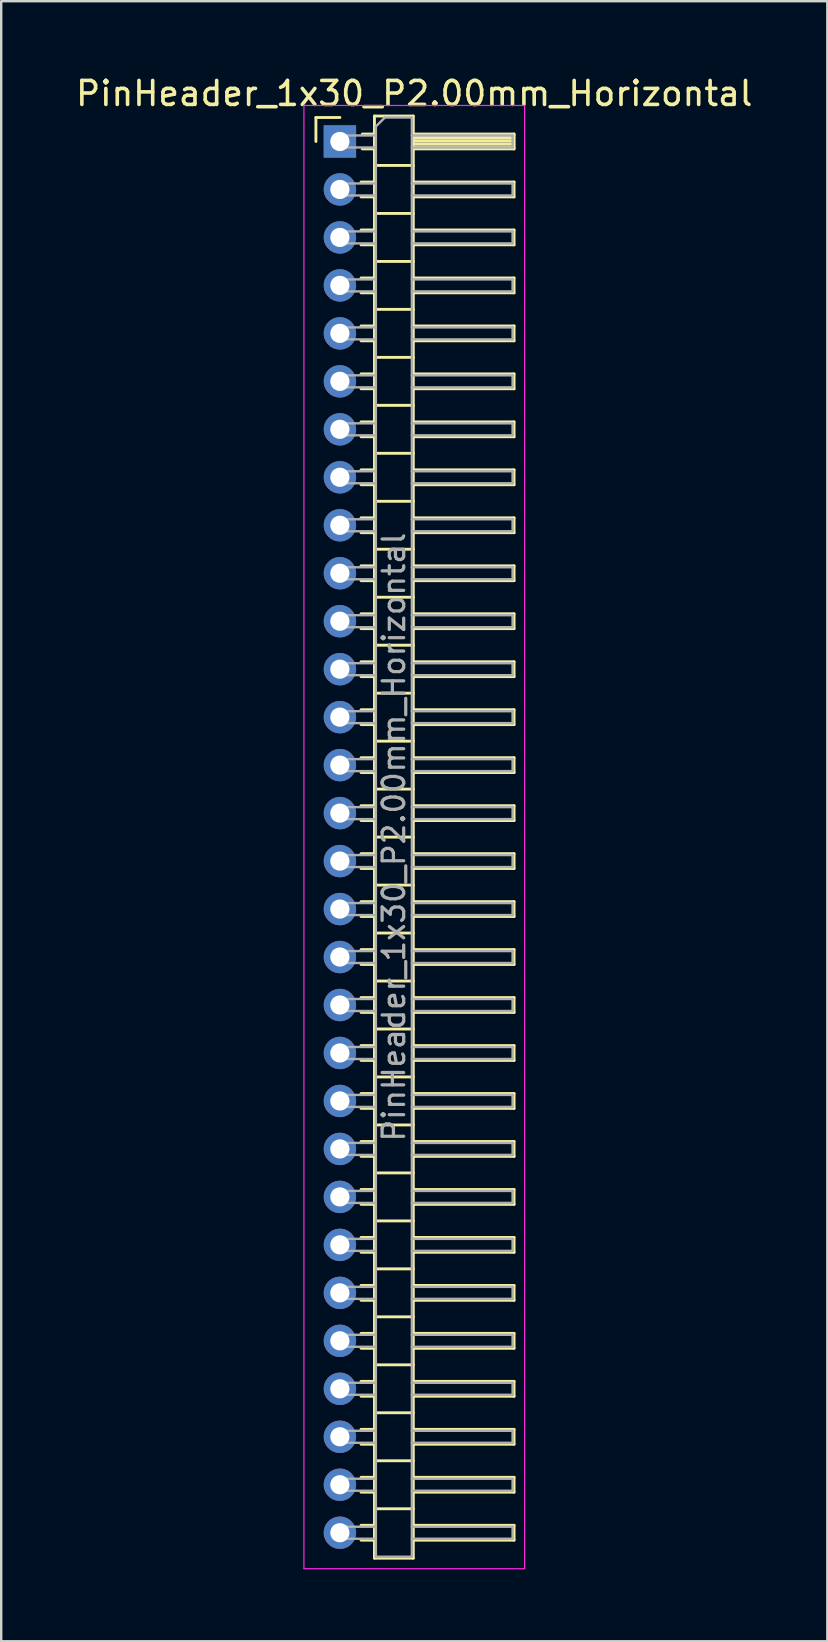
<source format=kicad_pcb>
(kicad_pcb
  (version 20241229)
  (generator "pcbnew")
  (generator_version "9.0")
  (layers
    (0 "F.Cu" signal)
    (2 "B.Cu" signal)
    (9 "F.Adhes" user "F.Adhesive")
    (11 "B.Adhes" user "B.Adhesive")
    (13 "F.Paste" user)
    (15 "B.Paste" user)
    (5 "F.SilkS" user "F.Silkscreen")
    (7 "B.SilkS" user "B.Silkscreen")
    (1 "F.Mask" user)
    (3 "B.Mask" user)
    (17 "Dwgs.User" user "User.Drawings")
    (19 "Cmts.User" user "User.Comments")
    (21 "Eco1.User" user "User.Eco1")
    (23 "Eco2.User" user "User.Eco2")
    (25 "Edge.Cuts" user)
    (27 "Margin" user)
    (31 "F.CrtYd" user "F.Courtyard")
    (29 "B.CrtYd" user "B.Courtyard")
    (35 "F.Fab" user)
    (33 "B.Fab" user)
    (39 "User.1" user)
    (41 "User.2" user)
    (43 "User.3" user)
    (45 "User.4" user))
  (footprint "PinHeader_1x30_P2.00mm_Horizontal"
    (layer "F.Cu")
    (at 11.12 2.848)
    (property "Reference" "PinHeader_1x30_P2.00mm_Horizontal" (at 3.1 -2 0) (layer "F.SilkS") (effects (font (size 1 1) (thickness 0.15))))
    (attr through_hole)
    (fp_line (start -1 -1) (end 0 -1) (stroke (width 0.12) (type solid)) (layer "F.SilkS"))
    (fp_line (start -1 0) (end -1 -1) (stroke (width 0.12) (type solid)) (layer "F.SilkS"))
    (fp_line (start 0.882 1.69) (end 1.44 1.69) (stroke (width 0.12) (type solid)) (layer "F.SilkS"))
    (fp_line (start 0.882 2.31) (end 1.44 2.31) (stroke (width 0.12) (type solid)) (layer "F.SilkS"))
    (fp_line (start 0.882 3.69) (end 1.44 3.69) (stroke (width 0.12) (type solid)) (layer "F.SilkS"))
    (fp_line (start 0.882 4.31) (end 1.44 4.31) (stroke (width 0.12) (type solid)) (layer "F.SilkS"))
    (fp_line (start 0.882 5.69) (end 1.44 5.69) (stroke (width 0.12) (type solid)) (layer "F.SilkS"))
    (fp_line (start 0.882 6.31) (end 1.44 6.31) (stroke (width 0.12) (type solid)) (layer "F.SilkS"))
    (fp_line (start 0.882 7.69) (end 1.44 7.69) (stroke (width 0.12) (type solid)) (layer "F.SilkS"))
    (fp_line (start 0.882 8.31) (end 1.44 8.31) (stroke (width 0.12) (type solid)) (layer "F.SilkS"))
    (fp_line (start 0.882 9.69) (end 1.44 9.69) (stroke (width 0.12) (type solid)) (layer "F.SilkS"))
    (fp_line (start 0.882 10.31) (end 1.44 10.31) (stroke (width 0.12) (type solid)) (layer "F.SilkS"))
    (fp_line (start 0.882 11.69) (end 1.44 11.69) (stroke (width 0.12) (type solid)) (layer "F.SilkS"))
    (fp_line (start 0.882 12.31) (end 1.44 12.31) (stroke (width 0.12) (type solid)) (layer "F.SilkS"))
    (fp_line (start 0.882 13.69) (end 1.44 13.69) (stroke (width 0.12) (type solid)) (layer "F.SilkS"))
    (fp_line (start 0.882 14.31) (end 1.44 14.31) (stroke (width 0.12) (type solid)) (layer "F.SilkS"))
    (fp_line (start 0.882 15.69) (end 1.44 15.69) (stroke (width 0.12) (type solid)) (layer "F.SilkS"))
    (fp_line (start 0.882 16.31) (end 1.44 16.31) (stroke (width 0.12) (type solid)) (layer "F.SilkS"))
    (fp_line (start 0.882 17.69) (end 1.44 17.69) (stroke (width 0.12) (type solid)) (layer "F.SilkS"))
    (fp_line (start 0.882 18.31) (end 1.44 18.31) (stroke (width 0.12) (type solid)) (layer "F.SilkS"))
    (fp_line (start 0.882 19.69) (end 1.44 19.69) (stroke (width 0.12) (type solid)) (layer "F.SilkS"))
    (fp_line (start 0.882 20.31) (end 1.44 20.31) (stroke (width 0.12) (type solid)) (layer "F.SilkS"))
    (fp_line (start 0.882 21.69) (end 1.44 21.69) (stroke (width 0.12) (type solid)) (layer "F.SilkS"))
    (fp_line (start 0.882 22.31) (end 1.44 22.31) (stroke (width 0.12) (type solid)) (layer "F.SilkS"))
    (fp_line (start 0.882 23.69) (end 1.44 23.69) (stroke (width 0.12) (type solid)) (layer "F.SilkS"))
    (fp_line (start 0.882 24.31) (end 1.44 24.31) (stroke (width 0.12) (type solid)) (layer "F.SilkS"))
    (fp_line (start 0.882 25.69) (end 1.44 25.69) (stroke (width 0.12) (type solid)) (layer "F.SilkS"))
    (fp_line (start 0.882 26.31) (end 1.44 26.31) (stroke (width 0.12) (type solid)) (layer "F.SilkS"))
    (fp_line (start 0.882 27.69) (end 1.44 27.69) (stroke (width 0.12) (type solid)) (layer "F.SilkS"))
    (fp_line (start 0.882 28.31) (end 1.44 28.31) (stroke (width 0.12) (type solid)) (layer "F.SilkS"))
    (fp_line (start 0.882 29.69) (end 1.44 29.69) (stroke (width 0.12) (type solid)) (layer "F.SilkS"))
    (fp_line (start 0.882 30.31) (end 1.44 30.31) (stroke (width 0.12) (type solid)) (layer "F.SilkS"))
    (fp_line (start 0.882 31.69) (end 1.44 31.69) (stroke (width 0.12) (type solid)) (layer "F.SilkS"))
    (fp_line (start 0.882 32.31) (end 1.44 32.31) (stroke (width 0.12) (type solid)) (layer "F.SilkS"))
    (fp_line (start 0.882 33.69) (end 1.44 33.69) (stroke (width 0.12) (type solid)) (layer "F.SilkS"))
    (fp_line (start 0.882 34.31) (end 1.44 34.31) (stroke (width 0.12) (type solid)) (layer "F.SilkS"))
    (fp_line (start 0.882 35.69) (end 1.44 35.69) (stroke (width 0.12) (type solid)) (layer "F.SilkS"))
    (fp_line (start 0.882 36.31) (end 1.44 36.31) (stroke (width 0.12) (type solid)) (layer "F.SilkS"))
    (fp_line (start 0.882 37.69) (end 1.44 37.69) (stroke (width 0.12) (type solid)) (layer "F.SilkS"))
    (fp_line (start 0.882 38.31) (end 1.44 38.31) (stroke (width 0.12) (type solid)) (layer "F.SilkS"))
    (fp_line (start 0.882 39.69) (end 1.44 39.69) (stroke (width 0.12) (type solid)) (layer "F.SilkS"))
    (fp_line (start 0.882 40.31) (end 1.44 40.31) (stroke (width 0.12) (type solid)) (layer "F.SilkS"))
    (fp_line (start 0.882 41.69) (end 1.44 41.69) (stroke (width 0.12) (type solid)) (layer "F.SilkS"))
    (fp_line (start 0.882 42.31) (end 1.44 42.31) (stroke (width 0.12) (type solid)) (layer "F.SilkS"))
    (fp_line (start 0.882 43.69) (end 1.44 43.69) (stroke (width 0.12) (type solid)) (layer "F.SilkS"))
    (fp_line (start 0.882 44.31) (end 1.44 44.31) (stroke (width 0.12) (type solid)) (layer "F.SilkS"))
    (fp_line (start 0.882 45.69) (end 1.44 45.69) (stroke (width 0.12) (type solid)) (layer "F.SilkS"))
    (fp_line (start 0.882 46.31) (end 1.44 46.31) (stroke (width 0.12) (type solid)) (layer "F.SilkS"))
    (fp_line (start 0.882 47.69) (end 1.44 47.69) (stroke (width 0.12) (type solid)) (layer "F.SilkS"))
    (fp_line (start 0.882 48.31) (end 1.44 48.31) (stroke (width 0.12) (type solid)) (layer "F.SilkS"))
    (fp_line (start 0.882 49.69) (end 1.44 49.69) (stroke (width 0.12) (type solid)) (layer "F.SilkS"))
    (fp_line (start 0.882 50.31) (end 1.44 50.31) (stroke (width 0.12) (type solid)) (layer "F.SilkS"))
    (fp_line (start 0.882 51.69) (end 1.44 51.69) (stroke (width 0.12) (type solid)) (layer "F.SilkS"))
    (fp_line (start 0.882 52.31) (end 1.44 52.31) (stroke (width 0.12) (type solid)) (layer "F.SilkS"))
    (fp_line (start 0.882 53.69) (end 1.44 53.69) (stroke (width 0.12) (type solid)) (layer "F.SilkS"))
    (fp_line (start 0.882 54.31) (end 1.44 54.31) (stroke (width 0.12) (type solid)) (layer "F.SilkS"))
    (fp_line (start 0.882 55.69) (end 1.44 55.69) (stroke (width 0.12) (type solid)) (layer "F.SilkS"))
    (fp_line (start 0.882 56.31) (end 1.44 56.31) (stroke (width 0.12) (type solid)) (layer "F.SilkS"))
    (fp_line (start 0.882 57.69) (end 1.44 57.69) (stroke (width 0.12) (type solid)) (layer "F.SilkS"))
    (fp_line (start 0.882 58.31) (end 1.44 58.31) (stroke (width 0.12) (type solid)) (layer "F.SilkS"))
    (fp_line (start 0.935 -0.31) (end 1.44 -0.31) (stroke (width 0.12) (type solid)) (layer "F.SilkS"))
    (fp_line (start 0.935 0.31) (end 1.44 0.31) (stroke (width 0.12) (type solid)) (layer "F.SilkS"))
    (fp_line (start 1.44 -1.06) (end 1.44 59.06) (stroke (width 0.12) (type solid)) (layer "F.SilkS"))
    (fp_line (start 1.44 1) (end 3.06 1) (stroke (width 0.12) (type solid)) (layer "F.SilkS"))
    (fp_line (start 1.44 3) (end 3.06 3) (stroke (width 0.12) (type solid)) (layer "F.SilkS"))
    (fp_line (start 1.44 5) (end 3.06 5) (stroke (width 0.12) (type solid)) (layer "F.SilkS"))
    (fp_line (start 1.44 7) (end 3.06 7) (stroke (width 0.12) (type solid)) (layer "F.SilkS"))
    (fp_line (start 1.44 9) (end 3.06 9) (stroke (width 0.12) (type solid)) (layer "F.SilkS"))
    (fp_line (start 1.44 11) (end 3.06 11) (stroke (width 0.12) (type solid)) (layer "F.SilkS"))
    (fp_line (start 1.44 13) (end 3.06 13) (stroke (width 0.12) (type solid)) (layer "F.SilkS"))
    (fp_line (start 1.44 15) (end 3.06 15) (stroke (width 0.12) (type solid)) (layer "F.SilkS"))
    (fp_line (start 1.44 17) (end 3.06 17) (stroke (width 0.12) (type solid)) (layer "F.SilkS"))
    (fp_line (start 1.44 19) (end 3.06 19) (stroke (width 0.12) (type solid)) (layer "F.SilkS"))
    (fp_line (start 1.44 21) (end 3.06 21) (stroke (width 0.12) (type solid)) (layer "F.SilkS"))
    (fp_line (start 1.44 23) (end 3.06 23) (stroke (width 0.12) (type solid)) (layer "F.SilkS"))
    (fp_line (start 1.44 25) (end 3.06 25) (stroke (width 0.12) (type solid)) (layer "F.SilkS"))
    (fp_line (start 1.44 27) (end 3.06 27) (stroke (width 0.12) (type solid)) (layer "F.SilkS"))
    (fp_line (start 1.44 29) (end 3.06 29) (stroke (width 0.12) (type solid)) (layer "F.SilkS"))
    (fp_line (start 1.44 31) (end 3.06 31) (stroke (width 0.12) (type solid)) (layer "F.SilkS"))
    (fp_line (start 1.44 33) (end 3.06 33) (stroke (width 0.12) (type solid)) (layer "F.SilkS"))
    (fp_line (start 1.44 35) (end 3.06 35) (stroke (width 0.12) (type solid)) (layer "F.SilkS"))
    (fp_line (start 1.44 37) (end 3.06 37) (stroke (width 0.12) (type solid)) (layer "F.SilkS"))
    (fp_line (start 1.44 39) (end 3.06 39) (stroke (width 0.12) (type solid)) (layer "F.SilkS"))
    (fp_line (start 1.44 41) (end 3.06 41) (stroke (width 0.12) (type solid)) (layer "F.SilkS"))
    (fp_line (start 1.44 43) (end 3.06 43) (stroke (width 0.12) (type solid)) (layer "F.SilkS"))
    (fp_line (start 1.44 45) (end 3.06 45) (stroke (width 0.12) (type solid)) (layer "F.SilkS"))
    (fp_line (start 1.44 47) (end 3.06 47) (stroke (width 0.12) (type solid)) (layer "F.SilkS"))
    (fp_line (start 1.44 49) (end 3.06 49) (stroke (width 0.12) (type solid)) (layer "F.SilkS"))
    (fp_line (start 1.44 51) (end 3.06 51) (stroke (width 0.12) (type solid)) (layer "F.SilkS"))
    (fp_line (start 1.44 53) (end 3.06 53) (stroke (width 0.12) (type solid)) (layer "F.SilkS"))
    (fp_line (start 1.44 55) (end 3.06 55) (stroke (width 0.12) (type solid)) (layer "F.SilkS"))
    (fp_line (start 1.44 57) (end 3.06 57) (stroke (width 0.12) (type solid)) (layer "F.SilkS"))
    (fp_line (start 1.44 59.06) (end 3.06 59.06) (stroke (width 0.12) (type solid)) (layer "F.SilkS"))
    (fp_line (start 3.06 -1.06) (end 1.44 -1.06) (stroke (width 0.12) (type solid)) (layer "F.SilkS"))
    (fp_line (start 3.06 -0.31) (end 7.26 -0.31) (stroke (width 0.12) (type solid)) (layer "F.SilkS"))
    (fp_line (start 3.06 -0.25) (end 7.26 -0.25) (stroke (width 0.12) (type solid)) (layer "F.SilkS"))
    (fp_line (start 3.06 -0.13) (end 7.26 -0.13) (stroke (width 0.12) (type solid)) (layer "F.SilkS"))
    (fp_line (start 3.06 -0.01) (end 7.26 -0.01) (stroke (width 0.12) (type solid)) (layer "F.SilkS"))
    (fp_line (start 3.06 0.11) (end 7.26 0.11) (stroke (width 0.12) (type solid)) (layer "F.SilkS"))
    (fp_line (start 3.06 0.23) (end 7.26 0.23) (stroke (width 0.12) (type solid)) (layer "F.SilkS"))
    (fp_line (start 3.06 1.69) (end 7.26 1.69) (stroke (width 0.12) (type solid)) (layer "F.SilkS"))
    (fp_line (start 3.06 3.69) (end 7.26 3.69) (stroke (width 0.12) (type solid)) (layer "F.SilkS"))
    (fp_line (start 3.06 5.69) (end 7.26 5.69) (stroke (width 0.12) (type solid)) (layer "F.SilkS"))
    (fp_line (start 3.06 7.69) (end 7.26 7.69) (stroke (width 0.12) (type solid)) (layer "F.SilkS"))
    (fp_line (start 3.06 9.69) (end 7.26 9.69) (stroke (width 0.12) (type solid)) (layer "F.SilkS"))
    (fp_line (start 3.06 11.69) (end 7.26 11.69) (stroke (width 0.12) (type solid)) (layer "F.SilkS"))
    (fp_line (start 3.06 13.69) (end 7.26 13.69) (stroke (width 0.12) (type solid)) (layer "F.SilkS"))
    (fp_line (start 3.06 15.69) (end 7.26 15.69) (stroke (width 0.12) (type solid)) (layer "F.SilkS"))
    (fp_line (start 3.06 17.69) (end 7.26 17.69) (stroke (width 0.12) (type solid)) (layer "F.SilkS"))
    (fp_line (start 3.06 19.69) (end 7.26 19.69) (stroke (width 0.12) (type solid)) (layer "F.SilkS"))
    (fp_line (start 3.06 21.69) (end 7.26 21.69) (stroke (width 0.12) (type solid)) (layer "F.SilkS"))
    (fp_line (start 3.06 23.69) (end 7.26 23.69) (stroke (width 0.12) (type solid)) (layer "F.SilkS"))
    (fp_line (start 3.06 25.69) (end 7.26 25.69) (stroke (width 0.12) (type solid)) (layer "F.SilkS"))
    (fp_line (start 3.06 27.69) (end 7.26 27.69) (stroke (width 0.12) (type solid)) (layer "F.SilkS"))
    (fp_line (start 3.06 29.69) (end 7.26 29.69) (stroke (width 0.12) (type solid)) (layer "F.SilkS"))
    (fp_line (start 3.06 31.69) (end 7.26 31.69) (stroke (width 0.12) (type solid)) (layer "F.SilkS"))
    (fp_line (start 3.06 33.69) (end 7.26 33.69) (stroke (width 0.12) (type solid)) (layer "F.SilkS"))
    (fp_line (start 3.06 35.69) (end 7.26 35.69) (stroke (width 0.12) (type solid)) (layer "F.SilkS"))
    (fp_line (start 3.06 37.69) (end 7.26 37.69) (stroke (width 0.12) (type solid)) (layer "F.SilkS"))
    (fp_line (start 3.06 39.69) (end 7.26 39.69) (stroke (width 0.12) (type solid)) (layer "F.SilkS"))
    (fp_line (start 3.06 41.69) (end 7.26 41.69) (stroke (width 0.12) (type solid)) (layer "F.SilkS"))
    (fp_line (start 3.06 43.69) (end 7.26 43.69) (stroke (width 0.12) (type solid)) (layer "F.SilkS"))
    (fp_line (start 3.06 45.69) (end 7.26 45.69) (stroke (width 0.12) (type solid)) (layer "F.SilkS"))
    (fp_line (start 3.06 47.69) (end 7.26 47.69) (stroke (width 0.12) (type solid)) (layer "F.SilkS"))
    (fp_line (start 3.06 49.69) (end 7.26 49.69) (stroke (width 0.12) (type solid)) (layer "F.SilkS"))
    (fp_line (start 3.06 51.69) (end 7.26 51.69) (stroke (width 0.12) (type solid)) (layer "F.SilkS"))
    (fp_line (start 3.06 53.69) (end 7.26 53.69) (stroke (width 0.12) (type solid)) (layer "F.SilkS"))
    (fp_line (start 3.06 55.69) (end 7.26 55.69) (stroke (width 0.12) (type solid)) (layer "F.SilkS"))
    (fp_line (start 3.06 57.69) (end 7.26 57.69) (stroke (width 0.12) (type solid)) (layer "F.SilkS"))
    (fp_line (start 3.06 59.06) (end 3.06 -1.06) (stroke (width 0.12) (type solid)) (layer "F.SilkS"))
    (fp_line (start 7.26 -0.31) (end 7.26 0.31) (stroke (width 0.12) (type solid)) (layer "F.SilkS"))
    (fp_line (start 7.26 0.31) (end 3.06 0.31) (stroke (width 0.12) (type solid)) (layer "F.SilkS"))
    (fp_line (start 7.26 1.69) (end 7.26 2.31) (stroke (width 0.12) (type solid)) (layer "F.SilkS"))
    (fp_line (start 7.26 2.31) (end 3.06 2.31) (stroke (width 0.12) (type solid)) (layer "F.SilkS"))
    (fp_line (start 7.26 3.69) (end 7.26 4.31) (stroke (width 0.12) (type solid)) (layer "F.SilkS"))
    (fp_line (start 7.26 4.31) (end 3.06 4.31) (stroke (width 0.12) (type solid)) (layer "F.SilkS"))
    (fp_line (start 7.26 5.69) (end 7.26 6.31) (stroke (width 0.12) (type solid)) (layer "F.SilkS"))
    (fp_line (start 7.26 6.31) (end 3.06 6.31) (stroke (width 0.12) (type solid)) (layer "F.SilkS"))
    (fp_line (start 7.26 7.69) (end 7.26 8.31) (stroke (width 0.12) (type solid)) (layer "F.SilkS"))
    (fp_line (start 7.26 8.31) (end 3.06 8.31) (stroke (width 0.12) (type solid)) (layer "F.SilkS"))
    (fp_line (start 7.26 9.69) (end 7.26 10.31) (stroke (width 0.12) (type solid)) (layer "F.SilkS"))
    (fp_line (start 7.26 10.31) (end 3.06 10.31) (stroke (width 0.12) (type solid)) (layer "F.SilkS"))
    (fp_line (start 7.26 11.69) (end 7.26 12.31) (stroke (width 0.12) (type solid)) (layer "F.SilkS"))
    (fp_line (start 7.26 12.31) (end 3.06 12.31) (stroke (width 0.12) (type solid)) (layer "F.SilkS"))
    (fp_line (start 7.26 13.69) (end 7.26 14.31) (stroke (width 0.12) (type solid)) (layer "F.SilkS"))
    (fp_line (start 7.26 14.31) (end 3.06 14.31) (stroke (width 0.12) (type solid)) (layer "F.SilkS"))
    (fp_line (start 7.26 15.69) (end 7.26 16.31) (stroke (width 0.12) (type solid)) (layer "F.SilkS"))
    (fp_line (start 7.26 16.31) (end 3.06 16.31) (stroke (width 0.12) (type solid)) (layer "F.SilkS"))
    (fp_line (start 7.26 17.69) (end 7.26 18.31) (stroke (width 0.12) (type solid)) (layer "F.SilkS"))
    (fp_line (start 7.26 18.31) (end 3.06 18.31) (stroke (width 0.12) (type solid)) (layer "F.SilkS"))
    (fp_line (start 7.26 19.69) (end 7.26 20.31) (stroke (width 0.12) (type solid)) (layer "F.SilkS"))
    (fp_line (start 7.26 20.31) (end 3.06 20.31) (stroke (width 0.12) (type solid)) (layer "F.SilkS"))
    (fp_line (start 7.26 21.69) (end 7.26 22.31) (stroke (width 0.12) (type solid)) (layer "F.SilkS"))
    (fp_line (start 7.26 22.31) (end 3.06 22.31) (stroke (width 0.12) (type solid)) (layer "F.SilkS"))
    (fp_line (start 7.26 23.69) (end 7.26 24.31) (stroke (width 0.12) (type solid)) (layer "F.SilkS"))
    (fp_line (start 7.26 24.31) (end 3.06 24.31) (stroke (width 0.12) (type solid)) (layer "F.SilkS"))
    (fp_line (start 7.26 25.69) (end 7.26 26.31) (stroke (width 0.12) (type solid)) (layer "F.SilkS"))
    (fp_line (start 7.26 26.31) (end 3.06 26.31) (stroke (width 0.12) (type solid)) (layer "F.SilkS"))
    (fp_line (start 7.26 27.69) (end 7.26 28.31) (stroke (width 0.12) (type solid)) (layer "F.SilkS"))
    (fp_line (start 7.26 28.31) (end 3.06 28.31) (stroke (width 0.12) (type solid)) (layer "F.SilkS"))
    (fp_line (start 7.26 29.69) (end 7.26 30.31) (stroke (width 0.12) (type solid)) (layer "F.SilkS"))
    (fp_line (start 7.26 30.31) (end 3.06 30.31) (stroke (width 0.12) (type solid)) (layer "F.SilkS"))
    (fp_line (start 7.26 31.69) (end 7.26 32.31) (stroke (width 0.12) (type solid)) (layer "F.SilkS"))
    (fp_line (start 7.26 32.31) (end 3.06 32.31) (stroke (width 0.12) (type solid)) (layer "F.SilkS"))
    (fp_line (start 7.26 33.69) (end 7.26 34.31) (stroke (width 0.12) (type solid)) (layer "F.SilkS"))
    (fp_line (start 7.26 34.31) (end 3.06 34.31) (stroke (width 0.12) (type solid)) (layer "F.SilkS"))
    (fp_line (start 7.26 35.69) (end 7.26 36.31) (stroke (width 0.12) (type solid)) (layer "F.SilkS"))
    (fp_line (start 7.26 36.31) (end 3.06 36.31) (stroke (width 0.12) (type solid)) (layer "F.SilkS"))
    (fp_line (start 7.26 37.69) (end 7.26 38.31) (stroke (width 0.12) (type solid)) (layer "F.SilkS"))
    (fp_line (start 7.26 38.31) (end 3.06 38.31) (stroke (width 0.12) (type solid)) (layer "F.SilkS"))
    (fp_line (start 7.26 39.69) (end 7.26 40.31) (stroke (width 0.12) (type solid)) (layer "F.SilkS"))
    (fp_line (start 7.26 40.31) (end 3.06 40.31) (stroke (width 0.12) (type solid)) (layer "F.SilkS"))
    (fp_line (start 7.26 41.69) (end 7.26 42.31) (stroke (width 0.12) (type solid)) (layer "F.SilkS"))
    (fp_line (start 7.26 42.31) (end 3.06 42.31) (stroke (width 0.12) (type solid)) (layer "F.SilkS"))
    (fp_line (start 7.26 43.69) (end 7.26 44.31) (stroke (width 0.12) (type solid)) (layer "F.SilkS"))
    (fp_line (start 7.26 44.31) (end 3.06 44.31) (stroke (width 0.12) (type solid)) (layer "F.SilkS"))
    (fp_line (start 7.26 45.69) (end 7.26 46.31) (stroke (width 0.12) (type solid)) (layer "F.SilkS"))
    (fp_line (start 7.26 46.31) (end 3.06 46.31) (stroke (width 0.12) (type solid)) (layer "F.SilkS"))
    (fp_line (start 7.26 47.69) (end 7.26 48.31) (stroke (width 0.12) (type solid)) (layer "F.SilkS"))
    (fp_line (start 7.26 48.31) (end 3.06 48.31) (stroke (width 0.12) (type solid)) (layer "F.SilkS"))
    (fp_line (start 7.26 49.69) (end 7.26 50.31) (stroke (width 0.12) (type solid)) (layer "F.SilkS"))
    (fp_line (start 7.26 50.31) (end 3.06 50.31) (stroke (width 0.12) (type solid)) (layer "F.SilkS"))
    (fp_line (start 7.26 51.69) (end 7.26 52.31) (stroke (width 0.12) (type solid)) (layer "F.SilkS"))
    (fp_line (start 7.26 52.31) (end 3.06 52.31) (stroke (width 0.12) (type solid)) (layer "F.SilkS"))
    (fp_line (start 7.26 53.69) (end 7.26 54.31) (stroke (width 0.12) (type solid)) (layer "F.SilkS"))
    (fp_line (start 7.26 54.31) (end 3.06 54.31) (stroke (width 0.12) (type solid)) (layer "F.SilkS"))
    (fp_line (start 7.26 55.69) (end 7.26 56.31) (stroke (width 0.12) (type solid)) (layer "F.SilkS"))
    (fp_line (start 7.26 56.31) (end 3.06 56.31) (stroke (width 0.12) (type solid)) (layer "F.SilkS"))
    (fp_line (start 7.26 57.69) (end 7.26 58.31) (stroke (width 0.12) (type solid)) (layer "F.SilkS"))
    (fp_line (start 7.26 58.31) (end 3.06 58.31) (stroke (width 0.12) (type solid)) (layer "F.SilkS"))
    (fp_line (start -1.5 -1.5) (end -1.5 59.5) (stroke (width 0.05) (type solid)) (layer "F.CrtYd"))
    (fp_line (start -1.5 59.5) (end 7.7 59.5) (stroke (width 0.05) (type solid)) (layer "F.CrtYd"))
    (fp_line (start 7.7 -1.5) (end -1.5 -1.5) (stroke (width 0.05) (type solid)) (layer "F.CrtYd"))
    (fp_line (start 7.7 59.5) (end 7.7 -1.5) (stroke (width 0.05) (type solid)) (layer "F.CrtYd"))
    (fp_line (start -0.25 -0.25) (end -0.25 0.25) (stroke (width 0.1) (type solid)) (layer "F.Fab"))
    (fp_line (start -0.25 -0.25) (end 1.5 -0.25) (stroke (width 0.1) (type solid)) (layer "F.Fab"))
    (fp_line (start -0.25 0.25) (end 1.5 0.25) (stroke (width 0.1) (type solid)) (layer "F.Fab"))
    (fp_line (start -0.25 1.75) (end -0.25 2.25) (stroke (width 0.1) (type solid)) (layer "F.Fab"))
    (fp_line (start -0.25 1.75) (end 1.5 1.75) (stroke (width 0.1) (type solid)) (layer "F.Fab"))
    (fp_line (start -0.25 2.25) (end 1.5 2.25) (stroke (width 0.1) (type solid)) (layer "F.Fab"))
    (fp_line (start -0.25 3.75) (end -0.25 4.25) (stroke (width 0.1) (type solid)) (layer "F.Fab"))
    (fp_line (start -0.25 3.75) (end 1.5 3.75) (stroke (width 0.1) (type solid)) (layer "F.Fab"))
    (fp_line (start -0.25 4.25) (end 1.5 4.25) (stroke (width 0.1) (type solid)) (layer "F.Fab"))
    (fp_line (start -0.25 5.75) (end -0.25 6.25) (stroke (width 0.1) (type solid)) (layer "F.Fab"))
    (fp_line (start -0.25 5.75) (end 1.5 5.75) (stroke (width 0.1) (type solid)) (layer "F.Fab"))
    (fp_line (start -0.25 6.25) (end 1.5 6.25) (stroke (width 0.1) (type solid)) (layer "F.Fab"))
    (fp_line (start -0.25 7.75) (end -0.25 8.25) (stroke (width 0.1) (type solid)) (layer "F.Fab"))
    (fp_line (start -0.25 7.75) (end 1.5 7.75) (stroke (width 0.1) (type solid)) (layer "F.Fab"))
    (fp_line (start -0.25 8.25) (end 1.5 8.25) (stroke (width 0.1) (type solid)) (layer "F.Fab"))
    (fp_line (start -0.25 9.75) (end -0.25 10.25) (stroke (width 0.1) (type solid)) (layer "F.Fab"))
    (fp_line (start -0.25 9.75) (end 1.5 9.75) (stroke (width 0.1) (type solid)) (layer "F.Fab"))
    (fp_line (start -0.25 10.25) (end 1.5 10.25) (stroke (width 0.1) (type solid)) (layer "F.Fab"))
    (fp_line (start -0.25 11.75) (end -0.25 12.25) (stroke (width 0.1) (type solid)) (layer "F.Fab"))
    (fp_line (start -0.25 11.75) (end 1.5 11.75) (stroke (width 0.1) (type solid)) (layer "F.Fab"))
    (fp_line (start -0.25 12.25) (end 1.5 12.25) (stroke (width 0.1) (type solid)) (layer "F.Fab"))
    (fp_line (start -0.25 13.75) (end -0.25 14.25) (stroke (width 0.1) (type solid)) (layer "F.Fab"))
    (fp_line (start -0.25 13.75) (end 1.5 13.75) (stroke (width 0.1) (type solid)) (layer "F.Fab"))
    (fp_line (start -0.25 14.25) (end 1.5 14.25) (stroke (width 0.1) (type solid)) (layer "F.Fab"))
    (fp_line (start -0.25 15.75) (end -0.25 16.25) (stroke (width 0.1) (type solid)) (layer "F.Fab"))
    (fp_line (start -0.25 15.75) (end 1.5 15.75) (stroke (width 0.1) (type solid)) (layer "F.Fab"))
    (fp_line (start -0.25 16.25) (end 1.5 16.25) (stroke (width 0.1) (type solid)) (layer "F.Fab"))
    (fp_line (start -0.25 17.75) (end -0.25 18.25) (stroke (width 0.1) (type solid)) (layer "F.Fab"))
    (fp_line (start -0.25 17.75) (end 1.5 17.75) (stroke (width 0.1) (type solid)) (layer "F.Fab"))
    (fp_line (start -0.25 18.25) (end 1.5 18.25) (stroke (width 0.1) (type solid)) (layer "F.Fab"))
    (fp_line (start -0.25 19.75) (end -0.25 20.25) (stroke (width 0.1) (type solid)) (layer "F.Fab"))
    (fp_line (start -0.25 19.75) (end 1.5 19.75) (stroke (width 0.1) (type solid)) (layer "F.Fab"))
    (fp_line (start -0.25 20.25) (end 1.5 20.25) (stroke (width 0.1) (type solid)) (layer "F.Fab"))
    (fp_line (start -0.25 21.75) (end -0.25 22.25) (stroke (width 0.1) (type solid)) (layer "F.Fab"))
    (fp_line (start -0.25 21.75) (end 1.5 21.75) (stroke (width 0.1) (type solid)) (layer "F.Fab"))
    (fp_line (start -0.25 22.25) (end 1.5 22.25) (stroke (width 0.1) (type solid)) (layer "F.Fab"))
    (fp_line (start -0.25 23.75) (end -0.25 24.25) (stroke (width 0.1) (type solid)) (layer "F.Fab"))
    (fp_line (start -0.25 23.75) (end 1.5 23.75) (stroke (width 0.1) (type solid)) (layer "F.Fab"))
    (fp_line (start -0.25 24.25) (end 1.5 24.25) (stroke (width 0.1) (type solid)) (layer "F.Fab"))
    (fp_line (start -0.25 25.75) (end -0.25 26.25) (stroke (width 0.1) (type solid)) (layer "F.Fab"))
    (fp_line (start -0.25 25.75) (end 1.5 25.75) (stroke (width 0.1) (type solid)) (layer "F.Fab"))
    (fp_line (start -0.25 26.25) (end 1.5 26.25) (stroke (width 0.1) (type solid)) (layer "F.Fab"))
    (fp_line (start -0.25 27.75) (end -0.25 28.25) (stroke (width 0.1) (type solid)) (layer "F.Fab"))
    (fp_line (start -0.25 27.75) (end 1.5 27.75) (stroke (width 0.1) (type solid)) (layer "F.Fab"))
    (fp_line (start -0.25 28.25) (end 1.5 28.25) (stroke (width 0.1) (type solid)) (layer "F.Fab"))
    (fp_line (start -0.25 29.75) (end -0.25 30.25) (stroke (width 0.1) (type solid)) (layer "F.Fab"))
    (fp_line (start -0.25 29.75) (end 1.5 29.75) (stroke (width 0.1) (type solid)) (layer "F.Fab"))
    (fp_line (start -0.25 30.25) (end 1.5 30.25) (stroke (width 0.1) (type solid)) (layer "F.Fab"))
    (fp_line (start -0.25 31.75) (end -0.25 32.25) (stroke (width 0.1) (type solid)) (layer "F.Fab"))
    (fp_line (start -0.25 31.75) (end 1.5 31.75) (stroke (width 0.1) (type solid)) (layer "F.Fab"))
    (fp_line (start -0.25 32.25) (end 1.5 32.25) (stroke (width 0.1) (type solid)) (layer "F.Fab"))
    (fp_line (start -0.25 33.75) (end -0.25 34.25) (stroke (width 0.1) (type solid)) (layer "F.Fab"))
    (fp_line (start -0.25 33.75) (end 1.5 33.75) (stroke (width 0.1) (type solid)) (layer "F.Fab"))
    (fp_line (start -0.25 34.25) (end 1.5 34.25) (stroke (width 0.1) (type solid)) (layer "F.Fab"))
    (fp_line (start -0.25 35.75) (end -0.25 36.25) (stroke (width 0.1) (type solid)) (layer "F.Fab"))
    (fp_line (start -0.25 35.75) (end 1.5 35.75) (stroke (width 0.1) (type solid)) (layer "F.Fab"))
    (fp_line (start -0.25 36.25) (end 1.5 36.25) (stroke (width 0.1) (type solid)) (layer "F.Fab"))
    (fp_line (start -0.25 37.75) (end -0.25 38.25) (stroke (width 0.1) (type solid)) (layer "F.Fab"))
    (fp_line (start -0.25 37.75) (end 1.5 37.75) (stroke (width 0.1) (type solid)) (layer "F.Fab"))
    (fp_line (start -0.25 38.25) (end 1.5 38.25) (stroke (width 0.1) (type solid)) (layer "F.Fab"))
    (fp_line (start -0.25 39.75) (end -0.25 40.25) (stroke (width 0.1) (type solid)) (layer "F.Fab"))
    (fp_line (start -0.25 39.75) (end 1.5 39.75) (stroke (width 0.1) (type solid)) (layer "F.Fab"))
    (fp_line (start -0.25 40.25) (end 1.5 40.25) (stroke (width 0.1) (type solid)) (layer "F.Fab"))
    (fp_line (start -0.25 41.75) (end -0.25 42.25) (stroke (width 0.1) (type solid)) (layer "F.Fab"))
    (fp_line (start -0.25 41.75) (end 1.5 41.75) (stroke (width 0.1) (type solid)) (layer "F.Fab"))
    (fp_line (start -0.25 42.25) (end 1.5 42.25) (stroke (width 0.1) (type solid)) (layer "F.Fab"))
    (fp_line (start -0.25 43.75) (end -0.25 44.25) (stroke (width 0.1) (type solid)) (layer "F.Fab"))
    (fp_line (start -0.25 43.75) (end 1.5 43.75) (stroke (width 0.1) (type solid)) (layer "F.Fab"))
    (fp_line (start -0.25 44.25) (end 1.5 44.25) (stroke (width 0.1) (type solid)) (layer "F.Fab"))
    (fp_line (start -0.25 45.75) (end -0.25 46.25) (stroke (width 0.1) (type solid)) (layer "F.Fab"))
    (fp_line (start -0.25 45.75) (end 1.5 45.75) (stroke (width 0.1) (type solid)) (layer "F.Fab"))
    (fp_line (start -0.25 46.25) (end 1.5 46.25) (stroke (width 0.1) (type solid)) (layer "F.Fab"))
    (fp_line (start -0.25 47.75) (end -0.25 48.25) (stroke (width 0.1) (type solid)) (layer "F.Fab"))
    (fp_line (start -0.25 47.75) (end 1.5 47.75) (stroke (width 0.1) (type solid)) (layer "F.Fab"))
    (fp_line (start -0.25 48.25) (end 1.5 48.25) (stroke (width 0.1) (type solid)) (layer "F.Fab"))
    (fp_line (start -0.25 49.75) (end -0.25 50.25) (stroke (width 0.1) (type solid)) (layer "F.Fab"))
    (fp_line (start -0.25 49.75) (end 1.5 49.75) (stroke (width 0.1) (type solid)) (layer "F.Fab"))
    (fp_line (start -0.25 50.25) (end 1.5 50.25) (stroke (width 0.1) (type solid)) (layer "F.Fab"))
    (fp_line (start -0.25 51.75) (end -0.25 52.25) (stroke (width 0.1) (type solid)) (layer "F.Fab"))
    (fp_line (start -0.25 51.75) (end 1.5 51.75) (stroke (width 0.1) (type solid)) (layer "F.Fab"))
    (fp_line (start -0.25 52.25) (end 1.5 52.25) (stroke (width 0.1) (type solid)) (layer "F.Fab"))
    (fp_line (start -0.25 53.75) (end -0.25 54.25) (stroke (width 0.1) (type solid)) (layer "F.Fab"))
    (fp_line (start -0.25 53.75) (end 1.5 53.75) (stroke (width 0.1) (type solid)) (layer "F.Fab"))
    (fp_line (start -0.25 54.25) (end 1.5 54.25) (stroke (width 0.1) (type solid)) (layer "F.Fab"))
    (fp_line (start -0.25 55.75) (end -0.25 56.25) (stroke (width 0.1) (type solid)) (layer "F.Fab"))
    (fp_line (start -0.25 55.75) (end 1.5 55.75) (stroke (width 0.1) (type solid)) (layer "F.Fab"))
    (fp_line (start -0.25 56.25) (end 1.5 56.25) (stroke (width 0.1) (type solid)) (layer "F.Fab"))
    (fp_line (start -0.25 57.75) (end -0.25 58.25) (stroke (width 0.1) (type solid)) (layer "F.Fab"))
    (fp_line (start -0.25 57.75) (end 1.5 57.75) (stroke (width 0.1) (type solid)) (layer "F.Fab"))
    (fp_line (start -0.25 58.25) (end 1.5 58.25) (stroke (width 0.1) (type solid)) (layer "F.Fab"))
    (fp_line (start 1.5 -0.625) (end 1.875 -1) (stroke (width 0.1) (type solid)) (layer "F.Fab"))
    (fp_line (start 1.5 59) (end 1.5 -0.625) (stroke (width 0.1) (type solid)) (layer "F.Fab"))
    (fp_line (start 1.875 -1) (end 3 -1) (stroke (width 0.1) (type solid)) (layer "F.Fab"))
    (fp_line (start 3 -1) (end 3 59) (stroke (width 0.1) (type solid)) (layer "F.Fab"))
    (fp_line (start 3 -0.25) (end 7.2 -0.25) (stroke (width 0.1) (type solid)) (layer "F.Fab"))
    (fp_line (start 3 0.25) (end 7.2 0.25) (stroke (width 0.1) (type solid)) (layer "F.Fab"))
    (fp_line (start 3 1.75) (end 7.2 1.75) (stroke (width 0.1) (type solid)) (layer "F.Fab"))
    (fp_line (start 3 2.25) (end 7.2 2.25) (stroke (width 0.1) (type solid)) (layer "F.Fab"))
    (fp_line (start 3 3.75) (end 7.2 3.75) (stroke (width 0.1) (type solid)) (layer "F.Fab"))
    (fp_line (start 3 4.25) (end 7.2 4.25) (stroke (width 0.1) (type solid)) (layer "F.Fab"))
    (fp_line (start 3 5.75) (end 7.2 5.75) (stroke (width 0.1) (type solid)) (layer "F.Fab"))
    (fp_line (start 3 6.25) (end 7.2 6.25) (stroke (width 0.1) (type solid)) (layer "F.Fab"))
    (fp_line (start 3 7.75) (end 7.2 7.75) (stroke (width 0.1) (type solid)) (layer "F.Fab"))
    (fp_line (start 3 8.25) (end 7.2 8.25) (stroke (width 0.1) (type solid)) (layer "F.Fab"))
    (fp_line (start 3 9.75) (end 7.2 9.75) (stroke (width 0.1) (type solid)) (layer "F.Fab"))
    (fp_line (start 3 10.25) (end 7.2 10.25) (stroke (width 0.1) (type solid)) (layer "F.Fab"))
    (fp_line (start 3 11.75) (end 7.2 11.75) (stroke (width 0.1) (type solid)) (layer "F.Fab"))
    (fp_line (start 3 12.25) (end 7.2 12.25) (stroke (width 0.1) (type solid)) (layer "F.Fab"))
    (fp_line (start 3 13.75) (end 7.2 13.75) (stroke (width 0.1) (type solid)) (layer "F.Fab"))
    (fp_line (start 3 14.25) (end 7.2 14.25) (stroke (width 0.1) (type solid)) (layer "F.Fab"))
    (fp_line (start 3 15.75) (end 7.2 15.75) (stroke (width 0.1) (type solid)) (layer "F.Fab"))
    (fp_line (start 3 16.25) (end 7.2 16.25) (stroke (width 0.1) (type solid)) (layer "F.Fab"))
    (fp_line (start 3 17.75) (end 7.2 17.75) (stroke (width 0.1) (type solid)) (layer "F.Fab"))
    (fp_line (start 3 18.25) (end 7.2 18.25) (stroke (width 0.1) (type solid)) (layer "F.Fab"))
    (fp_line (start 3 19.75) (end 7.2 19.75) (stroke (width 0.1) (type solid)) (layer "F.Fab"))
    (fp_line (start 3 20.25) (end 7.2 20.25) (stroke (width 0.1) (type solid)) (layer "F.Fab"))
    (fp_line (start 3 21.75) (end 7.2 21.75) (stroke (width 0.1) (type solid)) (layer "F.Fab"))
    (fp_line (start 3 22.25) (end 7.2 22.25) (stroke (width 0.1) (type solid)) (layer "F.Fab"))
    (fp_line (start 3 23.75) (end 7.2 23.75) (stroke (width 0.1) (type solid)) (layer "F.Fab"))
    (fp_line (start 3 24.25) (end 7.2 24.25) (stroke (width 0.1) (type solid)) (layer "F.Fab"))
    (fp_line (start 3 25.75) (end 7.2 25.75) (stroke (width 0.1) (type solid)) (layer "F.Fab"))
    (fp_line (start 3 26.25) (end 7.2 26.25) (stroke (width 0.1) (type solid)) (layer "F.Fab"))
    (fp_line (start 3 27.75) (end 7.2 27.75) (stroke (width 0.1) (type solid)) (layer "F.Fab"))
    (fp_line (start 3 28.25) (end 7.2 28.25) (stroke (width 0.1) (type solid)) (layer "F.Fab"))
    (fp_line (start 3 29.75) (end 7.2 29.75) (stroke (width 0.1) (type solid)) (layer "F.Fab"))
    (fp_line (start 3 30.25) (end 7.2 30.25) (stroke (width 0.1) (type solid)) (layer "F.Fab"))
    (fp_line (start 3 31.75) (end 7.2 31.75) (stroke (width 0.1) (type solid)) (layer "F.Fab"))
    (fp_line (start 3 32.25) (end 7.2 32.25) (stroke (width 0.1) (type solid)) (layer "F.Fab"))
    (fp_line (start 3 33.75) (end 7.2 33.75) (stroke (width 0.1) (type solid)) (layer "F.Fab"))
    (fp_line (start 3 34.25) (end 7.2 34.25) (stroke (width 0.1) (type solid)) (layer "F.Fab"))
    (fp_line (start 3 35.75) (end 7.2 35.75) (stroke (width 0.1) (type solid)) (layer "F.Fab"))
    (fp_line (start 3 36.25) (end 7.2 36.25) (stroke (width 0.1) (type solid)) (layer "F.Fab"))
    (fp_line (start 3 37.75) (end 7.2 37.75) (stroke (width 0.1) (type solid)) (layer "F.Fab"))
    (fp_line (start 3 38.25) (end 7.2 38.25) (stroke (width 0.1) (type solid)) (layer "F.Fab"))
    (fp_line (start 3 39.75) (end 7.2 39.75) (stroke (width 0.1) (type solid)) (layer "F.Fab"))
    (fp_line (start 3 40.25) (end 7.2 40.25) (stroke (width 0.1) (type solid)) (layer "F.Fab"))
    (fp_line (start 3 41.75) (end 7.2 41.75) (stroke (width 0.1) (type solid)) (layer "F.Fab"))
    (fp_line (start 3 42.25) (end 7.2 42.25) (stroke (width 0.1) (type solid)) (layer "F.Fab"))
    (fp_line (start 3 43.75) (end 7.2 43.75) (stroke (width 0.1) (type solid)) (layer "F.Fab"))
    (fp_line (start 3 44.25) (end 7.2 44.25) (stroke (width 0.1) (type solid)) (layer "F.Fab"))
    (fp_line (start 3 45.75) (end 7.2 45.75) (stroke (width 0.1) (type solid)) (layer "F.Fab"))
    (fp_line (start 3 46.25) (end 7.2 46.25) (stroke (width 0.1) (type solid)) (layer "F.Fab"))
    (fp_line (start 3 47.75) (end 7.2 47.75) (stroke (width 0.1) (type solid)) (layer "F.Fab"))
    (fp_line (start 3 48.25) (end 7.2 48.25) (stroke (width 0.1) (type solid)) (layer "F.Fab"))
    (fp_line (start 3 49.75) (end 7.2 49.75) (stroke (width 0.1) (type solid)) (layer "F.Fab"))
    (fp_line (start 3 50.25) (end 7.2 50.25) (stroke (width 0.1) (type solid)) (layer "F.Fab"))
    (fp_line (start 3 51.75) (end 7.2 51.75) (stroke (width 0.1) (type solid)) (layer "F.Fab"))
    (fp_line (start 3 52.25) (end 7.2 52.25) (stroke (width 0.1) (type solid)) (layer "F.Fab"))
    (fp_line (start 3 53.75) (end 7.2 53.75) (stroke (width 0.1) (type solid)) (layer "F.Fab"))
    (fp_line (start 3 54.25) (end 7.2 54.25) (stroke (width 0.1) (type solid)) (layer "F.Fab"))
    (fp_line (start 3 55.75) (end 7.2 55.75) (stroke (width 0.1) (type solid)) (layer "F.Fab"))
    (fp_line (start 3 56.25) (end 7.2 56.25) (stroke (width 0.1) (type solid)) (layer "F.Fab"))
    (fp_line (start 3 57.75) (end 7.2 57.75) (stroke (width 0.1) (type solid)) (layer "F.Fab"))
    (fp_line (start 3 58.25) (end 7.2 58.25) (stroke (width 0.1) (type solid)) (layer "F.Fab"))
    (fp_line (start 3 59) (end 1.5 59) (stroke (width 0.1) (type solid)) (layer "F.Fab"))
    (fp_line (start 7.2 -0.25) (end 7.2 0.25) (stroke (width 0.1) (type solid)) (layer "F.Fab"))
    (fp_line (start 7.2 1.75) (end 7.2 2.25) (stroke (width 0.1) (type solid)) (layer "F.Fab"))
    (fp_line (start 7.2 3.75) (end 7.2 4.25) (stroke (width 0.1) (type solid)) (layer "F.Fab"))
    (fp_line (start 7.2 5.75) (end 7.2 6.25) (stroke (width 0.1) (type solid)) (layer "F.Fab"))
    (fp_line (start 7.2 7.75) (end 7.2 8.25) (stroke (width 0.1) (type solid)) (layer "F.Fab"))
    (fp_line (start 7.2 9.75) (end 7.2 10.25) (stroke (width 0.1) (type solid)) (layer "F.Fab"))
    (fp_line (start 7.2 11.75) (end 7.2 12.25) (stroke (width 0.1) (type solid)) (layer "F.Fab"))
    (fp_line (start 7.2 13.75) (end 7.2 14.25) (stroke (width 0.1) (type solid)) (layer "F.Fab"))
    (fp_line (start 7.2 15.75) (end 7.2 16.25) (stroke (width 0.1) (type solid)) (layer "F.Fab"))
    (fp_line (start 7.2 17.75) (end 7.2 18.25) (stroke (width 0.1) (type solid)) (layer "F.Fab"))
    (fp_line (start 7.2 19.75) (end 7.2 20.25) (stroke (width 0.1) (type solid)) (layer "F.Fab"))
    (fp_line (start 7.2 21.75) (end 7.2 22.25) (stroke (width 0.1) (type solid)) (layer "F.Fab"))
    (fp_line (start 7.2 23.75) (end 7.2 24.25) (stroke (width 0.1) (type solid)) (layer "F.Fab"))
    (fp_line (start 7.2 25.75) (end 7.2 26.25) (stroke (width 0.1) (type solid)) (layer "F.Fab"))
    (fp_line (start 7.2 27.75) (end 7.2 28.25) (stroke (width 0.1) (type solid)) (layer "F.Fab"))
    (fp_line (start 7.2 29.75) (end 7.2 30.25) (stroke (width 0.1) (type solid)) (layer "F.Fab"))
    (fp_line (start 7.2 31.75) (end 7.2 32.25) (stroke (width 0.1) (type solid)) (layer "F.Fab"))
    (fp_line (start 7.2 33.75) (end 7.2 34.25) (stroke (width 0.1) (type solid)) (layer "F.Fab"))
    (fp_line (start 7.2 35.75) (end 7.2 36.25) (stroke (width 0.1) (type solid)) (layer "F.Fab"))
    (fp_line (start 7.2 37.75) (end 7.2 38.25) (stroke (width 0.1) (type solid)) (layer "F.Fab"))
    (fp_line (start 7.2 39.75) (end 7.2 40.25) (stroke (width 0.1) (type solid)) (layer "F.Fab"))
    (fp_line (start 7.2 41.75) (end 7.2 42.25) (stroke (width 0.1) (type solid)) (layer "F.Fab"))
    (fp_line (start 7.2 43.75) (end 7.2 44.25) (stroke (width 0.1) (type solid)) (layer "F.Fab"))
    (fp_line (start 7.2 45.75) (end 7.2 46.25) (stroke (width 0.1) (type solid)) (layer "F.Fab"))
    (fp_line (start 7.2 47.75) (end 7.2 48.25) (stroke (width 0.1) (type solid)) (layer "F.Fab"))
    (fp_line (start 7.2 49.75) (end 7.2 50.25) (stroke (width 0.1) (type solid)) (layer "F.Fab"))
    (fp_line (start 7.2 51.75) (end 7.2 52.25) (stroke (width 0.1) (type solid)) (layer "F.Fab"))
    (fp_line (start 7.2 53.75) (end 7.2 54.25) (stroke (width 0.1) (type solid)) (layer "F.Fab"))
    (fp_line (start 7.2 55.75) (end 7.2 56.25) (stroke (width 0.1) (type solid)) (layer "F.Fab"))
    (fp_line (start 7.2 57.75) (end 7.2 58.25) (stroke (width 0.1) (type solid)) (layer "F.Fab"))
    (fp_text user "${REFERENCE}" (at 2.25 29 90) (layer "F.Fab") (effects (font (size 0.9 0.9) (thickness 0.135))))
    (pad "1" thru_hole rect (at 0 0) (size 1.35 1.35) (drill 0.8) (layers "*.Cu" "*.Mask"))
    (pad "2" thru_hole oval (at 0 2) (size 1.35 1.35) (drill 0.8) (layers "*.Cu" "*.Mask"))
    (pad "3" thru_hole oval (at 0 4) (size 1.35 1.35) (drill 0.8) (layers "*.Cu" "*.Mask"))
    (pad "4" thru_hole oval (at 0 6) (size 1.35 1.35) (drill 0.8) (layers "*.Cu" "*.Mask"))
    (pad "5" thru_hole oval (at 0 8) (size 1.35 1.35) (drill 0.8) (layers "*.Cu" "*.Mask"))
    (pad "6" thru_hole oval (at 0 10) (size 1.35 1.35) (drill 0.8) (layers "*.Cu" "*.Mask"))
    (pad "7" thru_hole oval (at 0 12) (size 1.35 1.35) (drill 0.8) (layers "*.Cu" "*.Mask"))
    (pad "8" thru_hole oval (at 0 14) (size 1.35 1.35) (drill 0.8) (layers "*.Cu" "*.Mask"))
    (pad "9" thru_hole oval (at 0 16) (size 1.35 1.35) (drill 0.8) (layers "*.Cu" "*.Mask"))
    (pad "10" thru_hole oval (at 0 18) (size 1.35 1.35) (drill 0.8) (layers "*.Cu" "*.Mask"))
    (pad "11" thru_hole oval (at 0 20) (size 1.35 1.35) (drill 0.8) (layers "*.Cu" "*.Mask"))
    (pad "12" thru_hole oval (at 0 22) (size 1.35 1.35) (drill 0.8) (layers "*.Cu" "*.Mask"))
    (pad "13" thru_hole oval (at 0 24) (size 1.35 1.35) (drill 0.8) (layers "*.Cu" "*.Mask"))
    (pad "14" thru_hole oval (at 0 26) (size 1.35 1.35) (drill 0.8) (layers "*.Cu" "*.Mask"))
    (pad "15" thru_hole oval (at 0 28) (size 1.35 1.35) (drill 0.8) (layers "*.Cu" "*.Mask"))
    (pad "16" thru_hole oval (at 0 30) (size 1.35 1.35) (drill 0.8) (layers "*.Cu" "*.Mask"))
    (pad "17" thru_hole oval (at 0 32) (size 1.35 1.35) (drill 0.8) (layers "*.Cu" "*.Mask"))
    (pad "18" thru_hole oval (at 0 34) (size 1.35 1.35) (drill 0.8) (layers "*.Cu" "*.Mask"))
    (pad "19" thru_hole oval (at 0 36) (size 1.35 1.35) (drill 0.8) (layers "*.Cu" "*.Mask"))
    (pad "20" thru_hole oval (at 0 38) (size 1.35 1.35) (drill 0.8) (layers "*.Cu" "*.Mask"))
    (pad "21" thru_hole oval (at 0 40) (size 1.35 1.35) (drill 0.8) (layers "*.Cu" "*.Mask"))
    (pad "22" thru_hole oval (at 0 42) (size 1.35 1.35) (drill 0.8) (layers "*.Cu" "*.Mask"))
    (pad "23" thru_hole oval (at 0 44) (size 1.35 1.35) (drill 0.8) (layers "*.Cu" "*.Mask"))
    (pad "24" thru_hole oval (at 0 46) (size 1.35 1.35) (drill 0.8) (layers "*.Cu" "*.Mask"))
    (pad "25" thru_hole oval (at 0 48) (size 1.35 1.35) (drill 0.8) (layers "*.Cu" "*.Mask"))
    (pad "26" thru_hole oval (at 0 50) (size 1.35 1.35) (drill 0.8) (layers "*.Cu" "*.Mask"))
    (pad "27" thru_hole oval (at 0 52) (size 1.35 1.35) (drill 0.8) (layers "*.Cu" "*.Mask"))
    (pad "28" thru_hole oval (at 0 54) (size 1.35 1.35) (drill 0.8) (layers "*.Cu" "*.Mask"))
    (pad "29" thru_hole oval (at 0 56) (size 1.35 1.35) (drill 0.8) (layers "*.Cu" "*.Mask"))
    (pad "30" thru_hole oval (at 0 58) (size 1.35 1.35) (drill 0.8) (layers "*.Cu" "*.Mask")))
  (gr_rect
    (start -3 -3)
    (end 31.44 65.373)
    (stroke (width 0.1) (type default))
    (fill no)
    (layer "Edge.Cuts")))
</source>
